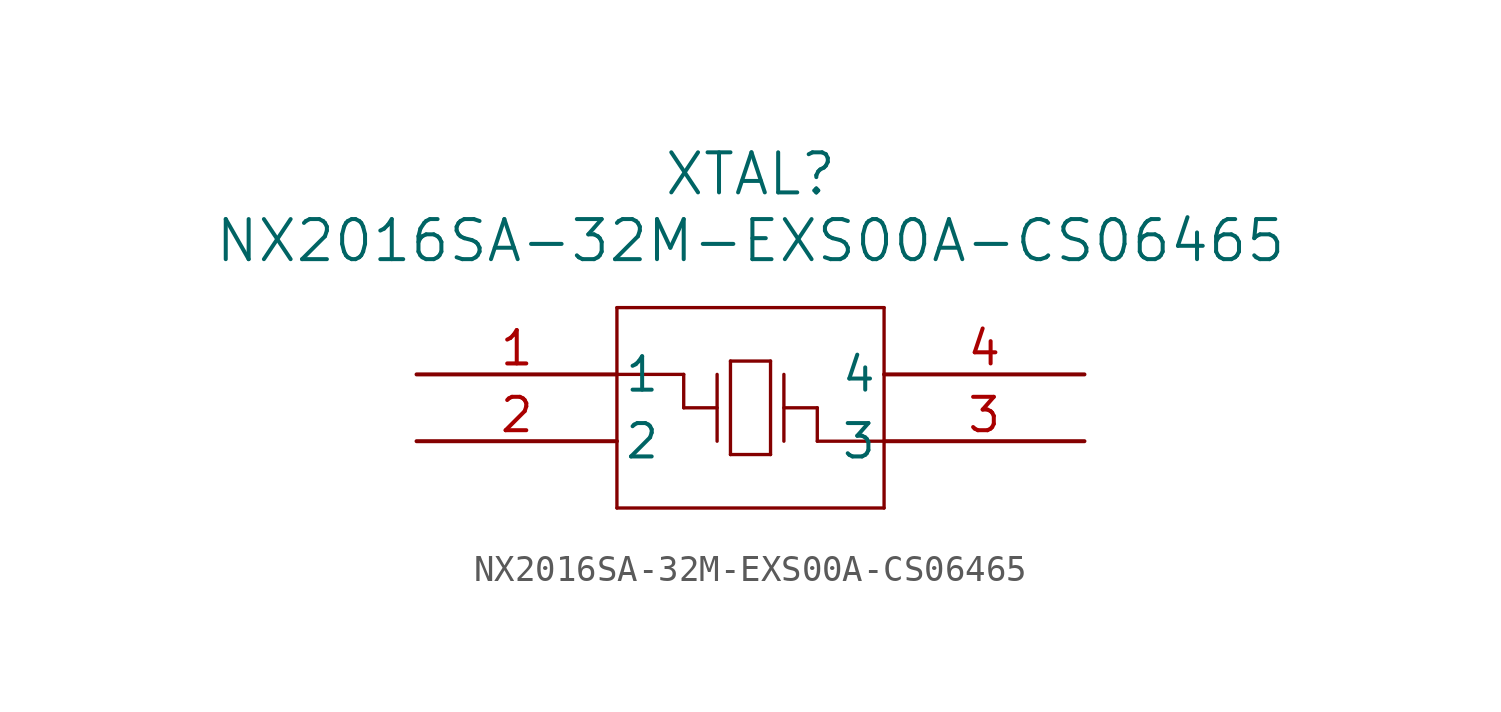
<source format=kicad_sym>
(kicad_symbol_lib
  (version 20211014)
  (generator kicad_symbol_editor)
  (symbol "NX2016SA-32M-EXS00A-CS06465"
    (pin_names
      (offset 0.254))
    (property "Reference" "XTAL"
      (at 12.7 7.62 0)
      (effects (font (size 1.524 1.524))))
    (property "Value" "NX2016SA-32M-EXS00A-CS06465"
      (at 12.7 5.08 0)
      (effects (font (size 1.524 1.524))))
    (symbol "NX2016SA-32M-EXS00A-CS06465_0_1"
      (polyline (pts (xy 7.62 2.54) (xy 7.62 -5.08)) (stroke (width 0.127) (type default) (color 0 0 0 0)) (fill (type none)))
      (polyline (pts (xy 7.62 -5.08) (xy 17.78 -5.08)) (stroke (width 0.127) (type default) (color 0 0 0 0)) (fill (type none)))
      (polyline (pts (xy 17.78 -5.08) (xy 17.78 2.54)) (stroke (width 0.127) (type default) (color 0 0 0 0)) (fill (type none)))
      (polyline (pts (xy 17.78 2.54) (xy 7.62 2.54)) (stroke (width 0.127) (type default) (color 0 0 0 0)) (fill (type none)))
      (polyline (pts (xy 11.43 0) (xy 11.43 -2.54)) (stroke (width 0.127) (type default) (color 0 0 0 0)) (fill (type none)))
      (polyline (pts (xy 11.43 -1.27) (xy 10.16 -1.27)) (stroke (width 0.127) (type default) (color 0 0 0 0)) (fill (type none)))
      (polyline (pts (xy 10.16 -1.27) (xy 10.16 0)) (stroke (width 0.127) (type default) (color 0 0 0 0)) (fill (type none)))
      (polyline (pts (xy 10.16 0) (xy 7.62 0)) (stroke (width 0.127) (type default) (color 0 0 0 0)) (fill (type none)))
      (polyline (pts (xy 13.97 0) (xy 13.97 -2.54)) (stroke (width 0.127) (type default) (color 0 0 0 0)) (fill (type none)))
      (polyline (pts (xy 13.97 -1.27) (xy 15.24 -1.27)) (stroke (width 0.127) (type default) (color 0 0 0 0)) (fill (type none)))
      (polyline (pts (xy 15.24 -1.27) (xy 15.24 -2.54)) (stroke (width 0.127) (type default) (color 0 0 0 0)) (fill (type none)))
      (polyline (pts (xy 15.24 -2.54) (xy 17.78 -2.54)) (stroke (width 0.127) (type default) (color 0 0 0 0)) (fill (type none)))
      (polyline (pts (xy 11.938 0.508) (xy 11.938 -3.048)) (stroke (width 0.127) (type default) (color 0 0 0 0)) (fill (type none)))
      (polyline (pts (xy 11.938 -3.048) (xy 13.462 -3.048)) (stroke (width 0.127) (type default) (color 0 0 0 0)) (fill (type none)))
      (polyline (pts (xy 13.462 -3.048) (xy 13.462 0.508)) (stroke (width 0.127) (type default) (color 0 0 0 0)) (fill (type none)))
      (polyline (pts (xy 13.462 0.508) (xy 11.938 0.508)) (stroke (width 0.127) (type default) (color 0 0 0 0)) (fill (type none)))
      (pin unspecified line (at 0 0 0) (length 7.62) (name "1" (effects (font (size 1.27 1.27)))) (number "1" (effects (font (size 1.27 1.27)))))
      (pin unspecified line (at 0 -2.54 0) (length 7.62) (name "2" (effects (font (size 1.27 1.27)))) (number "2" (effects (font (size 1.27 1.27)))))
      (pin unspecified line (at 25.4 -2.54 180) (length 7.62) (name "3" (effects (font (size 1.27 1.27)))) (number "3" (effects (font (size 1.27 1.27)))))
      (pin unspecified line (at 25.4 0 180) (length 7.62) (name "4" (effects (font (size 1.27 1.27)))) (number "4" (effects (font (size 1.27 1.27))))))))
</source>
